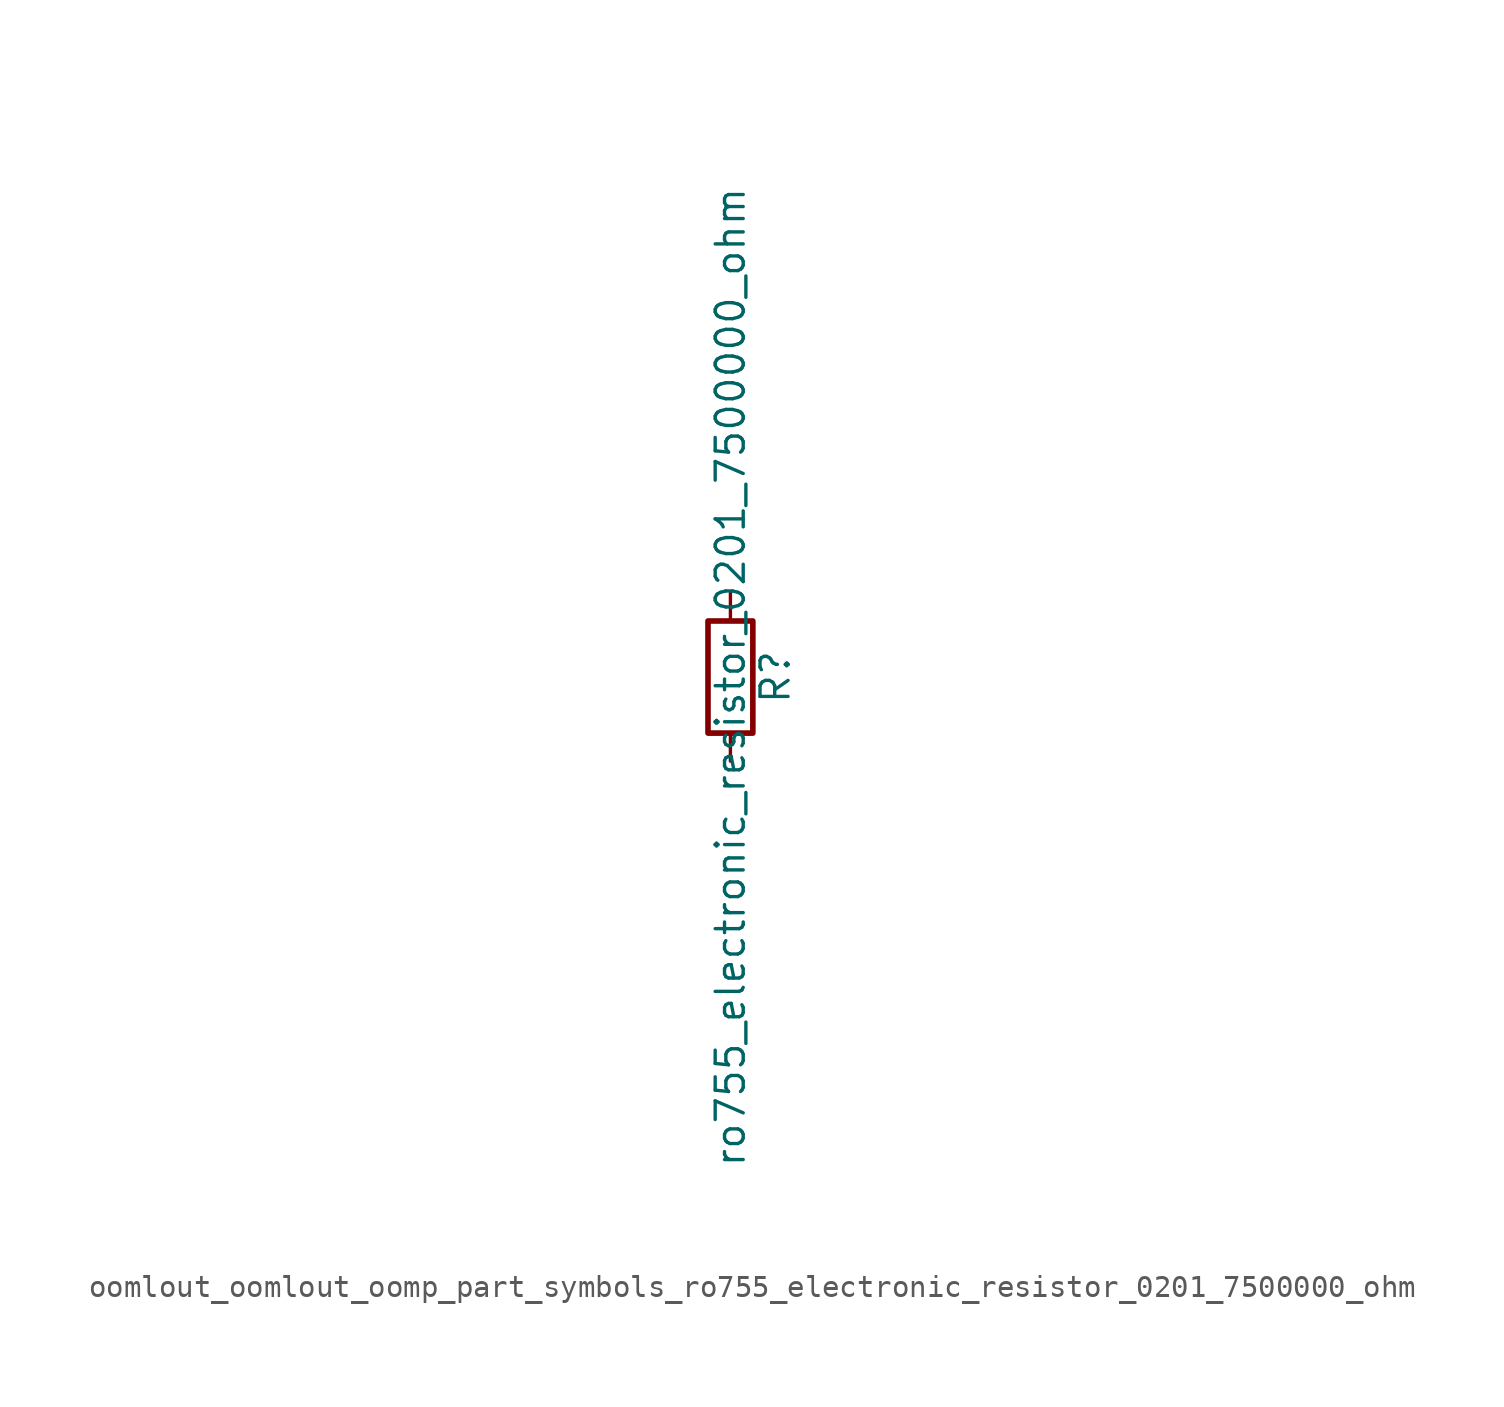
<source format=kicad_sym>
(kicad_symbol_lib
  (version 20220914)
  (generator kicad_symbol_editor)
  (symbol "oomlout_oomlout_oomp_part_symbols_ro755_electronic_resistor_0201_7500000_ohm"
    (pin_numbers hide)
    (pin_names
      (offset 0))
    (property "Reference" "R"
      (at 2.032 0 90)
      (effects (font (size 1.27 1.27))))
    (property "Value" "ro755_electronic_resistor_0201_7500000_ohm"
      (at 0 0 90)
      (effects (font (size 1.27 1.27))))
    (symbol "oomlout_oomlout_oomp_part_symbols_ro755_electronic_resistor_0201_7500000_ohm_0_1"
      (rectangle (start -1.016 -2.54) (end 1.016 2.54) (stroke (width 0.254) (type default)) (fill (type none))))
    (symbol "oomlout_oomlout_oomp_part_symbols_ro755_electronic_resistor_0201_7500000_ohm_1_1"
      (pin passive line (at 0 3.81 270) (length 1.27) (name "~" (effects (font (size 1.27 1.27)))) (number "1" (effects (font (size 1.27 1.27)))))
      (pin passive line (at 0 -3.81 90) (length 1.27) (name "~" (effects (font (size 1.27 1.27)))) (number "2" (effects (font (size 1.27 1.27))))))))
</source>
